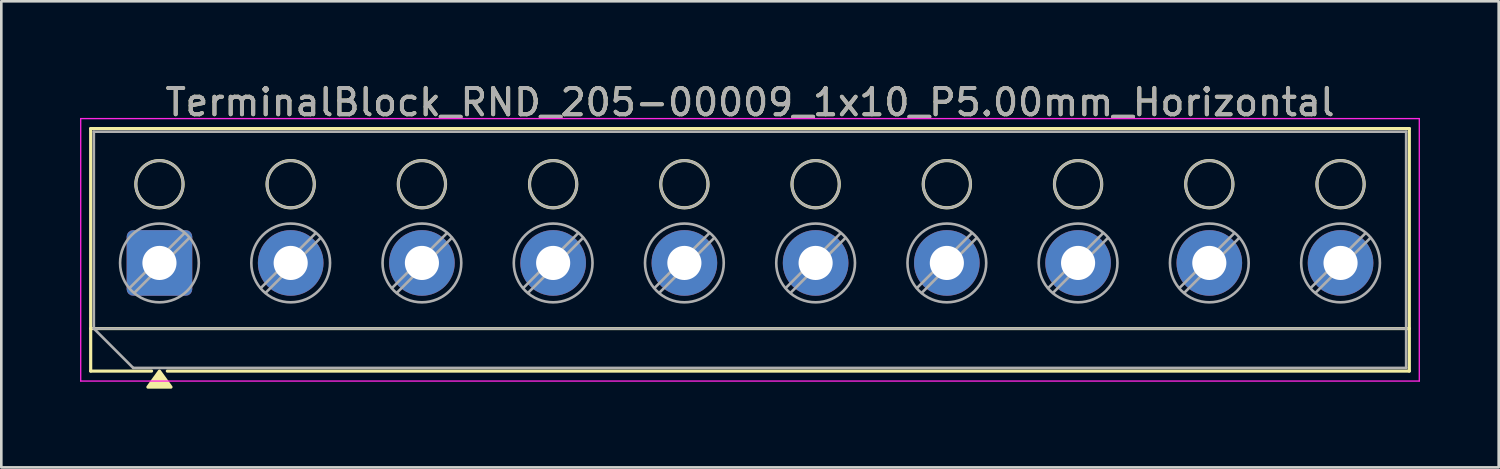
<source format=kicad_pcb>
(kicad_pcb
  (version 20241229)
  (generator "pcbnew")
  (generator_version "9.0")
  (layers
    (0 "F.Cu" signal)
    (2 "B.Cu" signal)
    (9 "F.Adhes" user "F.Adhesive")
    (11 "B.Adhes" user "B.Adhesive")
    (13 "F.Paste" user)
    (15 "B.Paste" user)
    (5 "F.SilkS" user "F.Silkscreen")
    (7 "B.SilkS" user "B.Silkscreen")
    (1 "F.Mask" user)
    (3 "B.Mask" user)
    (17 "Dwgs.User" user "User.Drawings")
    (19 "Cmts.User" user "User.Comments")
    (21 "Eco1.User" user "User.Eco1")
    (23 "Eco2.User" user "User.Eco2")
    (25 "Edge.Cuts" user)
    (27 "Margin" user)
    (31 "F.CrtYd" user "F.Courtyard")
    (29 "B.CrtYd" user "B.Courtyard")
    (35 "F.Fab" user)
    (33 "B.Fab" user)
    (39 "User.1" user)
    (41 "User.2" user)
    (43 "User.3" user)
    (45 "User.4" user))
  (footprint "TerminalBlock_RND_205-00009_1x10_P5.00mm_Horizontal"
    (layer "F.Cu")
    (at 3.025 6.968)
    (property "Reference" "TerminalBlock_RND_205-00009_1x10_P5.00mm_Horizontal" (at 22.5 -6.12 0) (layer "F.SilkS") (effects (font (size 1 1) (thickness 0.15))))
    (attr through_hole)
    (fp_line (start -2.62 -5.12) (end 47.62 -5.12) (stroke (width 0.12) (type solid)) (layer "F.SilkS"))
    (fp_line (start -2.62 2.5) (end 47.62 2.5) (stroke (width 0.12) (type solid)) (layer "F.SilkS"))
    (fp_line (start -2.62 4.12) (end -2.62 -5.12) (stroke (width 0.12) (type solid)) (layer "F.SilkS"))
    (fp_line (start -0.3 4.12) (end -2.62 4.12) (stroke (width 0.12) (type solid)) (layer "F.SilkS"))
    (fp_line (start 47.62 -5.12) (end 47.62 4.12) (stroke (width 0.12) (type solid)) (layer "F.SilkS"))
    (fp_line (start 47.62 4.12) (end 0.3 4.12) (stroke (width 0.12) (type solid)) (layer "F.SilkS"))
    (fp_circle (center 0 -3) (end 0.9 -3) (stroke (width 0.12) (type solid)) (fill no) (layer "F.SilkS"))
    (fp_circle (center 5 -3) (end 5.9 -3) (stroke (width 0.12) (type solid)) (fill no) (layer "F.SilkS"))
    (fp_circle (center 10 -3) (end 10.9 -3) (stroke (width 0.12) (type solid)) (fill no) (layer "F.SilkS"))
    (fp_circle (center 15 -3) (end 15.9 -3) (stroke (width 0.12) (type solid)) (fill no) (layer "F.SilkS"))
    (fp_circle (center 20 -3) (end 20.9 -3) (stroke (width 0.12) (type solid)) (fill no) (layer "F.SilkS"))
    (fp_circle (center 25 -3) (end 25.9 -3) (stroke (width 0.12) (type solid)) (fill no) (layer "F.SilkS"))
    (fp_circle (center 30 -3) (end 30.9 -3) (stroke (width 0.12) (type solid)) (fill no) (layer "F.SilkS"))
    (fp_circle (center 35 -3) (end 35.9 -3) (stroke (width 0.12) (type solid)) (fill no) (layer "F.SilkS"))
    (fp_circle (center 40 -3) (end 40.9 -3) (stroke (width 0.12) (type solid)) (fill no) (layer "F.SilkS"))
    (fp_circle (center 45 -3) (end 45.9 -3) (stroke (width 0.12) (type solid)) (fill no) (layer "F.SilkS"))
    (fp_poly (pts (xy 0 4.12) (xy 0.44 4.73) (xy -0.44 4.73)) (stroke (width 0.12) (type solid)) (fill yes) (layer "F.SilkS"))
    (fp_line (start -3 -5.5) (end -3 4.5) (stroke (width 0.05) (type solid)) (layer "F.CrtYd"))
    (fp_line (start -3 4.5) (end 48 4.5) (stroke (width 0.05) (type solid)) (layer "F.CrtYd"))
    (fp_line (start 48 -5.5) (end -3 -5.5) (stroke (width 0.05) (type solid)) (layer "F.CrtYd"))
    (fp_line (start 48 4.5) (end 48 -5.5) (stroke (width 0.05) (type solid)) (layer "F.CrtYd"))
    (fp_line (start -2.5 -5) (end 47.5 -5) (stroke (width 0.1) (type solid)) (layer "F.Fab"))
    (fp_line (start -2.5 2.5) (end -2.5 -5) (stroke (width 0.1) (type solid)) (layer "F.Fab"))
    (fp_line (start -2.5 2.5) (end 47.5 2.5) (stroke (width 0.1) (type solid)) (layer "F.Fab"))
    (fp_line (start -1 4) (end -2.5 2.5) (stroke (width 0.1) (type solid)) (layer "F.Fab"))
    (fp_line (start 0.955 -1.138) (end -1.138 0.955) (stroke (width 0.1) (type solid)) (layer "F.Fab"))
    (fp_line (start 1.138 -0.955) (end -0.955 1.138) (stroke (width 0.1) (type solid)) (layer "F.Fab"))
    (fp_line (start 5.955 -1.138) (end 3.862 0.955) (stroke (width 0.1) (type solid)) (layer "F.Fab"))
    (fp_line (start 6.138 -0.955) (end 4.045 1.138) (stroke (width 0.1) (type solid)) (layer "F.Fab"))
    (fp_line (start 10.955 -1.138) (end 8.862 0.955) (stroke (width 0.1) (type solid)) (layer "F.Fab"))
    (fp_line (start 11.138 -0.955) (end 9.045 1.138) (stroke (width 0.1) (type solid)) (layer "F.Fab"))
    (fp_line (start 15.955 -1.138) (end 13.862 0.955) (stroke (width 0.1) (type solid)) (layer "F.Fab"))
    (fp_line (start 16.138 -0.955) (end 14.045 1.138) (stroke (width 0.1) (type solid)) (layer "F.Fab"))
    (fp_line (start 20.955 -1.138) (end 18.862 0.955) (stroke (width 0.1) (type solid)) (layer "F.Fab"))
    (fp_line (start 21.138 -0.955) (end 19.045 1.138) (stroke (width 0.1) (type solid)) (layer "F.Fab"))
    (fp_line (start 25.955 -1.138) (end 23.862 0.955) (stroke (width 0.1) (type solid)) (layer "F.Fab"))
    (fp_line (start 26.138 -0.955) (end 24.045 1.138) (stroke (width 0.1) (type solid)) (layer "F.Fab"))
    (fp_line (start 30.955 -1.138) (end 28.862 0.955) (stroke (width 0.1) (type solid)) (layer "F.Fab"))
    (fp_line (start 31.138 -0.955) (end 29.045 1.138) (stroke (width 0.1) (type solid)) (layer "F.Fab"))
    (fp_line (start 35.955 -1.138) (end 33.862 0.955) (stroke (width 0.1) (type solid)) (layer "F.Fab"))
    (fp_line (start 36.138 -0.955) (end 34.045 1.138) (stroke (width 0.1) (type solid)) (layer "F.Fab"))
    (fp_line (start 40.955 -1.138) (end 38.862 0.955) (stroke (width 0.1) (type solid)) (layer "F.Fab"))
    (fp_line (start 41.138 -0.955) (end 39.045 1.138) (stroke (width 0.1) (type solid)) (layer "F.Fab"))
    (fp_line (start 45.955 -1.138) (end 43.862 0.955) (stroke (width 0.1) (type solid)) (layer "F.Fab"))
    (fp_line (start 46.138 -0.955) (end 44.045 1.138) (stroke (width 0.1) (type solid)) (layer "F.Fab"))
    (fp_line (start 47.5 -5) (end 47.5 4) (stroke (width 0.1) (type solid)) (layer "F.Fab"))
    (fp_line (start 47.5 4) (end -1 4) (stroke (width 0.1) (type solid)) (layer "F.Fab"))
    (fp_circle (center 0 -3) (end 0.9 -3) (stroke (width 0.1) (type solid)) (fill no) (layer "F.Fab"))
    (fp_circle (center 0 0) (end 1.5 0) (stroke (width 0.1) (type solid)) (fill no) (layer "F.Fab"))
    (fp_circle (center 5 -3) (end 5.9 -3) (stroke (width 0.1) (type solid)) (fill no) (layer "F.Fab"))
    (fp_circle (center 5 0) (end 6.5 0) (stroke (width 0.1) (type solid)) (fill no) (layer "F.Fab"))
    (fp_circle (center 10 -3) (end 10.9 -3) (stroke (width 0.1) (type solid)) (fill no) (layer "F.Fab"))
    (fp_circle (center 10 0) (end 11.5 0) (stroke (width 0.1) (type solid)) (fill no) (layer "F.Fab"))
    (fp_circle (center 15 -3) (end 15.9 -3) (stroke (width 0.1) (type solid)) (fill no) (layer "F.Fab"))
    (fp_circle (center 15 0) (end 16.5 0) (stroke (width 0.1) (type solid)) (fill no) (layer "F.Fab"))
    (fp_circle (center 20 -3) (end 20.9 -3) (stroke (width 0.1) (type solid)) (fill no) (layer "F.Fab"))
    (fp_circle (center 20 0) (end 21.5 0) (stroke (width 0.1) (type solid)) (fill no) (layer "F.Fab"))
    (fp_circle (center 25 -3) (end 25.9 -3) (stroke (width 0.1) (type solid)) (fill no) (layer "F.Fab"))
    (fp_circle (center 25 0) (end 26.5 0) (stroke (width 0.1) (type solid)) (fill no) (layer "F.Fab"))
    (fp_circle (center 30 -3) (end 30.9 -3) (stroke (width 0.1) (type solid)) (fill no) (layer "F.Fab"))
    (fp_circle (center 30 0) (end 31.5 0) (stroke (width 0.1) (type solid)) (fill no) (layer "F.Fab"))
    (fp_circle (center 35 -3) (end 35.9 -3) (stroke (width 0.1) (type solid)) (fill no) (layer "F.Fab"))
    (fp_circle (center 35 0) (end 36.5 0) (stroke (width 0.1) (type solid)) (fill no) (layer "F.Fab"))
    (fp_circle (center 40 -3) (end 40.9 -3) (stroke (width 0.1) (type solid)) (fill no) (layer "F.Fab"))
    (fp_circle (center 40 0) (end 41.5 0) (stroke (width 0.1) (type solid)) (fill no) (layer "F.Fab"))
    (fp_circle (center 45 -3) (end 45.9 -3) (stroke (width 0.1) (type solid)) (fill no) (layer "F.Fab"))
    (fp_circle (center 45 0) (end 46.5 0) (stroke (width 0.1) (type solid)) (fill no) (layer "F.Fab"))
    (fp_text user "${REFERENCE}" (at 22.5 -6.12 0) (layer "F.Fab") (effects (font (size 1 1) (thickness 0.15))))
    (pad "1" thru_hole roundrect (at 0 0) (size 2.5 2.5) (drill 1.3) (layers "*.Cu" "*.Mask") (roundrect_rratio 0.1))
    (pad "2" thru_hole circle (at 5 0) (size 2.5 2.5) (drill 1.3) (layers "*.Cu" "*.Mask"))
    (pad "3" thru_hole circle (at 10 0) (size 2.5 2.5) (drill 1.3) (layers "*.Cu" "*.Mask"))
    (pad "4" thru_hole circle (at 15 0) (size 2.5 2.5) (drill 1.3) (layers "*.Cu" "*.Mask"))
    (pad "5" thru_hole circle (at 20 0) (size 2.5 2.5) (drill 1.3) (layers "*.Cu" "*.Mask"))
    (pad "6" thru_hole circle (at 25 0) (size 2.5 2.5) (drill 1.3) (layers "*.Cu" "*.Mask"))
    (pad "7" thru_hole circle (at 30 0) (size 2.5 2.5) (drill 1.3) (layers "*.Cu" "*.Mask"))
    (pad "8" thru_hole circle (at 35 0) (size 2.5 2.5) (drill 1.3) (layers "*.Cu" "*.Mask"))
    (pad "9" thru_hole circle (at 40 0) (size 2.5 2.5) (drill 1.3) (layers "*.Cu" "*.Mask"))
    (pad "10" thru_hole circle (at 45 0) (size 2.5 2.5) (drill 1.3) (layers "*.Cu" "*.Mask")))
  (gr_rect
    (start -3 -3)
    (end 54.05 14.758)
    (stroke (width 0.1) (type default))
    (fill no)
    (layer "Edge.Cuts")))
</source>
